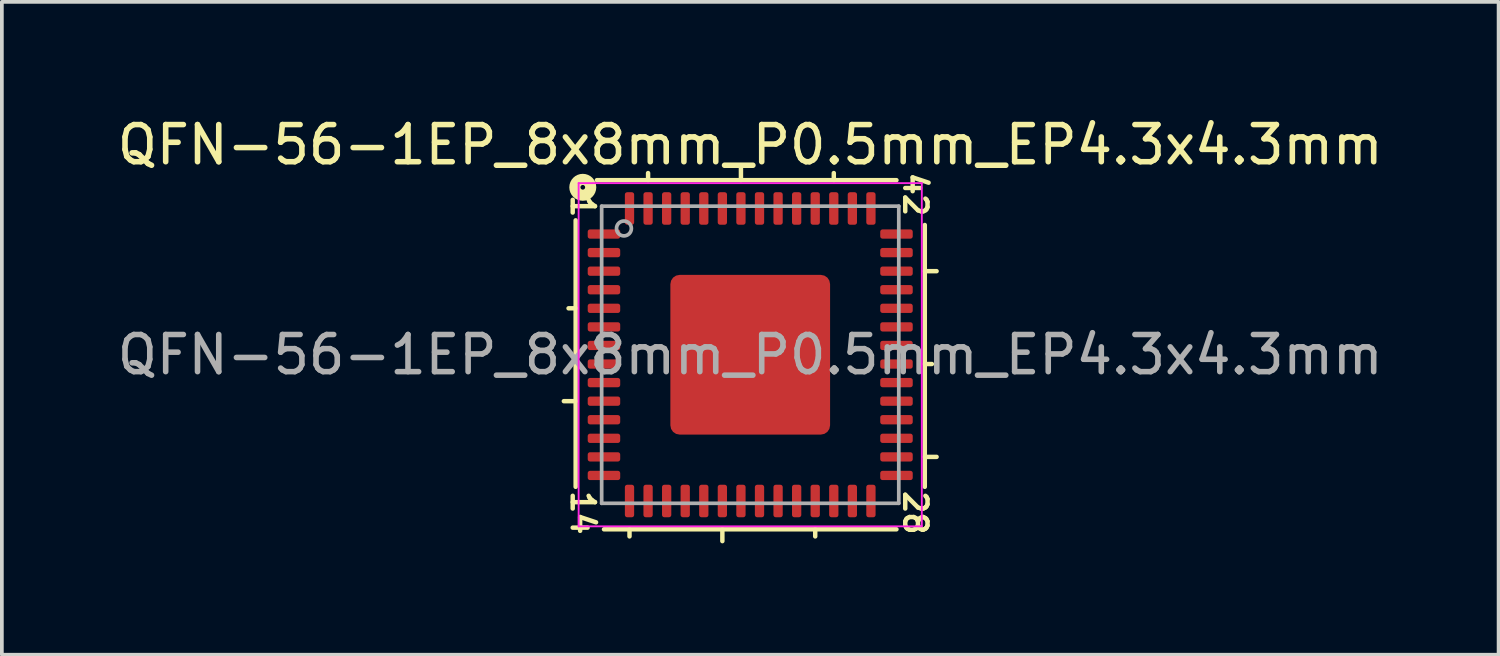
<source format=kicad_pcb>
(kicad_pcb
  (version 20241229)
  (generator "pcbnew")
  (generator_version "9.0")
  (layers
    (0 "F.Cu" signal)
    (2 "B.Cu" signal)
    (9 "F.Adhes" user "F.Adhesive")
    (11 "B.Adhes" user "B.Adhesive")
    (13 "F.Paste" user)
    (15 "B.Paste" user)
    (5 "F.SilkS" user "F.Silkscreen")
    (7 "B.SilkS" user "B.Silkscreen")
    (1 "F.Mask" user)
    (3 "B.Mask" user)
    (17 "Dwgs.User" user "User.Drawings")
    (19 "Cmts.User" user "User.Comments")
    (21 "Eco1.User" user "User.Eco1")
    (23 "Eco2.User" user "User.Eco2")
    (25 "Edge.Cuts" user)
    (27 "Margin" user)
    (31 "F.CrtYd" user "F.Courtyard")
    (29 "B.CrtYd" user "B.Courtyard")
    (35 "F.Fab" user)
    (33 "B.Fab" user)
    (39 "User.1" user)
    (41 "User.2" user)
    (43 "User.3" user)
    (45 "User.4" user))
  (footprint "QFN-56-1EP_8x8mm_P0.5mm_EP4.3x4.3mm"
    (layer "F.Cu")
    (at 17.149 6.501)
    (property "Reference" "QFN-56-1EP_8x8mm_P0.5mm_EP4.3x4.3mm" (at 0 -5.652 0) (layer "F.SilkS") (effects (font (size 1 1) (thickness 0.15))))
    (attr smd)
    (fp_line (start -4.7 -3.619) (end -4.7 3.556) (stroke (width 0.12) (type solid)) (layer "F.SilkS"))
    (fp_line (start -4.7 -1.25) (end -4.891 -1.25) (stroke (width 0.12) (type solid)) (layer "F.SilkS"))
    (fp_line (start -4.7 1.25) (end -5.018 1.25) (stroke (width 0.12) (type solid)) (layer "F.SilkS"))
    (fp_line (start -3.937 4.7) (end 3.937 4.7) (stroke (width 0.12) (type solid)) (layer "F.SilkS"))
    (fp_line (start -3.25 4.891) (end -3.25 4.7) (stroke (width 0.12) (type solid)) (layer "F.SilkS"))
    (fp_line (start -2.75 -4.7) (end -2.75 -4.891) (stroke (width 0.12) (type solid)) (layer "F.SilkS"))
    (fp_line (start -0.75 5.018) (end -0.75 4.7) (stroke (width 0.12) (type solid)) (layer "F.SilkS"))
    (fp_line (start -0.25 -4.7) (end -0.25 -5.018) (stroke (width 0.12) (type solid)) (layer "F.SilkS"))
    (fp_line (start 1.75 4.891) (end 1.75 4.7) (stroke (width 0.12) (type solid)) (layer "F.SilkS"))
    (fp_line (start 2.25 -4.7) (end 2.25 -4.891) (stroke (width 0.12) (type solid)) (layer "F.SilkS"))
    (fp_line (start 3.937 -4.7) (end -4.128 -4.7) (stroke (width 0.12) (type solid)) (layer "F.SilkS"))
    (fp_line (start 4.7 -2.25) (end 5.018 -2.25) (stroke (width 0.12) (type solid)) (layer "F.SilkS"))
    (fp_line (start 4.7 0.25) (end 4.891 0.25) (stroke (width 0.12) (type solid)) (layer "F.SilkS"))
    (fp_line (start 4.7 2.75) (end 5.018 2.75) (stroke (width 0.12) (type solid)) (layer "F.SilkS"))
    (fp_line (start 4.7 3.556) (end 4.7 -3.493) (stroke (width 0.12) (type solid)) (layer "F.SilkS"))
    (fp_circle (center -4.508 -4.508) (end -4.445 -4.508) (stroke (width 0.3) (type solid)) (fill no) (layer "F.SilkS"))
    (fp_line (start -4.62 -4.62) (end -4.62 4.62) (stroke (width 0.05) (type solid)) (layer "F.CrtYd"))
    (fp_line (start -4.62 4.62) (end 4.62 4.62) (stroke (width 0.05) (type solid)) (layer "F.CrtYd"))
    (fp_line (start 4.62 -4.62) (end -4.62 -4.62) (stroke (width 0.05) (type solid)) (layer "F.CrtYd"))
    (fp_line (start 4.62 4.62) (end 4.62 -4.62) (stroke (width 0.05) (type solid)) (layer "F.CrtYd"))
    (fp_line (start -4 -4) (end 4 -4) (stroke (width 0.1) (type solid)) (layer "F.Fab"))
    (fp_line (start -4 4) (end -4 -4) (stroke (width 0.1) (type solid)) (layer "F.Fab"))
    (fp_line (start 4 -4) (end 4 4) (stroke (width 0.1) (type solid)) (layer "F.Fab"))
    (fp_line (start 4 4) (end -4 4) (stroke (width 0.1) (type solid)) (layer "F.Fab"))
    (fp_circle (center -3.4 -3.4) (end -3.2 -3.4) (stroke (width 0.1) (type solid)) (fill no) (layer "F.Fab"))
    (fp_text user "1" (at -4.508 -4 270) (unlocked yes) (layer "F.SilkS") (effects (font (size 0.6 0.6) (thickness 0.12))))
    (fp_text user "28" (at 4.445 4.255 270) (unlocked yes) (layer "F.SilkS") (effects (font (size 0.6 0.6) (thickness 0.12))))
    (fp_text user "42" (at 4.445 -4.318 270) (unlocked yes) (layer "F.SilkS") (effects (font (size 0.6 0.6) (thickness 0.12))))
    (fp_text user "14" (at -4.508 4.255 270) (unlocked yes) (layer "F.SilkS") (effects (font (size 0.6 0.6) (thickness 0.12))))
    (fp_text user "${REFERENCE}" (at 0 0 0) (layer "F.Fab") (effects (font (size 1 1) (thickness 0.15))))
    (pad "" smd roundrect (at -1.62 -1.62) (size 0.87 0.87) (layers "F.Paste") (roundrect_rratio 0.25))
    (pad "" smd roundrect (at -1.62 -0.54) (size 0.87 0.87) (layers "F.Paste") (roundrect_rratio 0.25))
    (pad "" smd roundrect (at -1.62 0.54) (size 0.87 0.87) (layers "F.Paste") (roundrect_rratio 0.25))
    (pad "" smd roundrect (at -1.62 1.62) (size 0.87 0.87) (layers "F.Paste") (roundrect_rratio 0.25))
    (pad "" smd roundrect (at -0.54 -1.62) (size 0.87 0.87) (layers "F.Paste") (roundrect_rratio 0.25))
    (pad "" smd roundrect (at -0.54 -0.54) (size 0.87 0.87) (layers "F.Paste") (roundrect_rratio 0.25))
    (pad "" smd roundrect (at -0.54 0.54) (size 0.87 0.87) (layers "F.Paste") (roundrect_rratio 0.25))
    (pad "" smd roundrect (at -0.54 1.62) (size 0.87 0.87) (layers "F.Paste") (roundrect_rratio 0.25))
    (pad "" smd roundrect (at 0.54 -1.62) (size 0.87 0.87) (layers "F.Paste") (roundrect_rratio 0.25))
    (pad "" smd roundrect (at 0.54 -0.54) (size 0.87 0.87) (layers "F.Paste") (roundrect_rratio 0.25))
    (pad "" smd roundrect (at 0.54 0.54) (size 0.87 0.87) (layers "F.Paste") (roundrect_rratio 0.25))
    (pad "" smd roundrect (at 0.54 1.62) (size 0.87 0.87) (layers "F.Paste") (roundrect_rratio 0.25))
    (pad "" smd roundrect (at 1.62 -1.62) (size 0.87 0.87) (layers "F.Paste") (roundrect_rratio 0.25))
    (pad "" smd roundrect (at 1.62 -0.54) (size 0.87 0.87) (layers "F.Paste") (roundrect_rratio 0.25))
    (pad "" smd roundrect (at 1.62 0.54) (size 0.87 0.87) (layers "F.Paste") (roundrect_rratio 0.25))
    (pad "" smd roundrect (at 1.62 1.62) (size 0.87 0.87) (layers "F.Paste") (roundrect_rratio 0.25))
    (pad "1" smd roundrect (at -3.938 -3.25) (size 0.875 0.25) (layers "F.Cu" "F.Mask" "F.Paste") (roundrect_rratio 0.25))
    (pad "2" smd roundrect (at -3.938 -2.75) (size 0.875 0.25) (layers "F.Cu" "F.Mask" "F.Paste") (roundrect_rratio 0.25))
    (pad "3" smd roundrect (at -3.938 -2.25) (size 0.875 0.25) (layers "F.Cu" "F.Mask" "F.Paste") (roundrect_rratio 0.25))
    (pad "4" smd roundrect (at -3.938 -1.75) (size 0.875 0.25) (layers "F.Cu" "F.Mask" "F.Paste") (roundrect_rratio 0.25))
    (pad "5" smd roundrect (at -3.938 -1.25) (size 0.875 0.25) (layers "F.Cu" "F.Mask" "F.Paste") (roundrect_rratio 0.25))
    (pad "6" smd roundrect (at -3.938 -0.75) (size 0.875 0.25) (layers "F.Cu" "F.Mask" "F.Paste") (roundrect_rratio 0.25))
    (pad "7" smd roundrect (at -3.938 -0.25) (size 0.875 0.25) (layers "F.Cu" "F.Mask" "F.Paste") (roundrect_rratio 0.25))
    (pad "8" smd roundrect (at -3.938 0.25) (size 0.875 0.25) (layers "F.Cu" "F.Mask" "F.Paste") (roundrect_rratio 0.25))
    (pad "9" smd roundrect (at -3.938 0.75) (size 0.875 0.25) (layers "F.Cu" "F.Mask" "F.Paste") (roundrect_rratio 0.25))
    (pad "10" smd roundrect (at -3.938 1.25) (size 0.875 0.25) (layers "F.Cu" "F.Mask" "F.Paste") (roundrect_rratio 0.25))
    (pad "11" smd roundrect (at -3.938 1.75) (size 0.875 0.25) (layers "F.Cu" "F.Mask" "F.Paste") (roundrect_rratio 0.25))
    (pad "12" smd roundrect (at -3.938 2.25) (size 0.875 0.25) (layers "F.Cu" "F.Mask" "F.Paste") (roundrect_rratio 0.25))
    (pad "13" smd roundrect (at -3.938 2.75) (size 0.875 0.25) (layers "F.Cu" "F.Mask" "F.Paste") (roundrect_rratio 0.25))
    (pad "14" smd roundrect (at -3.938 3.25) (size 0.875 0.25) (layers "F.Cu" "F.Mask" "F.Paste") (roundrect_rratio 0.25))
    (pad "15" smd roundrect (at -3.25 3.938) (size 0.25 0.875) (layers "F.Cu" "F.Mask" "F.Paste") (roundrect_rratio 0.25))
    (pad "16" smd roundrect (at -2.75 3.938) (size 0.25 0.875) (layers "F.Cu" "F.Mask" "F.Paste") (roundrect_rratio 0.25))
    (pad "17" smd roundrect (at -2.25 3.938) (size 0.25 0.875) (layers "F.Cu" "F.Mask" "F.Paste") (roundrect_rratio 0.25))
    (pad "18" smd roundrect (at -1.75 3.938) (size 0.25 0.875) (layers "F.Cu" "F.Mask" "F.Paste") (roundrect_rratio 0.25))
    (pad "19" smd roundrect (at -1.25 3.938) (size 0.25 0.875) (layers "F.Cu" "F.Mask" "F.Paste") (roundrect_rratio 0.25))
    (pad "20" smd roundrect (at -0.75 3.938) (size 0.25 0.875) (layers "F.Cu" "F.Mask" "F.Paste") (roundrect_rratio 0.25))
    (pad "21" smd roundrect (at -0.25 3.938) (size 0.25 0.875) (layers "F.Cu" "F.Mask" "F.Paste") (roundrect_rratio 0.25))
    (pad "22" smd roundrect (at 0.25 3.938) (size 0.25 0.875) (layers "F.Cu" "F.Mask" "F.Paste") (roundrect_rratio 0.25))
    (pad "23" smd roundrect (at 0.75 3.938) (size 0.25 0.875) (layers "F.Cu" "F.Mask" "F.Paste") (roundrect_rratio 0.25))
    (pad "24" smd roundrect (at 1.25 3.938) (size 0.25 0.875) (layers "F.Cu" "F.Mask" "F.Paste") (roundrect_rratio 0.25))
    (pad "25" smd roundrect (at 1.75 3.938) (size 0.25 0.875) (layers "F.Cu" "F.Mask" "F.Paste") (roundrect_rratio 0.25))
    (pad "26" smd roundrect (at 2.25 3.938) (size 0.25 0.875) (layers "F.Cu" "F.Mask" "F.Paste") (roundrect_rratio 0.25))
    (pad "27" smd roundrect (at 2.75 3.938) (size 0.25 0.875) (layers "F.Cu" "F.Mask" "F.Paste") (roundrect_rratio 0.25))
    (pad "28" smd roundrect (at 3.25 3.938) (size 0.25 0.875) (layers "F.Cu" "F.Mask" "F.Paste") (roundrect_rratio 0.25))
    (pad "29" smd roundrect (at 3.938 3.25) (size 0.875 0.25) (layers "F.Cu" "F.Mask" "F.Paste") (roundrect_rratio 0.25))
    (pad "30" smd roundrect (at 3.938 2.75) (size 0.875 0.25) (layers "F.Cu" "F.Mask" "F.Paste") (roundrect_rratio 0.25))
    (pad "31" smd roundrect (at 3.938 2.25) (size 0.875 0.25) (layers "F.Cu" "F.Mask" "F.Paste") (roundrect_rratio 0.25))
    (pad "32" smd roundrect (at 3.938 1.75) (size 0.875 0.25) (layers "F.Cu" "F.Mask" "F.Paste") (roundrect_rratio 0.25))
    (pad "33" smd roundrect (at 3.938 1.25) (size 0.875 0.25) (layers "F.Cu" "F.Mask" "F.Paste") (roundrect_rratio 0.25))
    (pad "34" smd roundrect (at 3.938 0.75) (size 0.875 0.25) (layers "F.Cu" "F.Mask" "F.Paste") (roundrect_rratio 0.25))
    (pad "35" smd roundrect (at 3.938 0.25) (size 0.875 0.25) (layers "F.Cu" "F.Mask" "F.Paste") (roundrect_rratio 0.25))
    (pad "36" smd roundrect (at 3.938 -0.25) (size 0.875 0.25) (layers "F.Cu" "F.Mask" "F.Paste") (roundrect_rratio 0.25))
    (pad "37" smd roundrect (at 3.938 -0.75) (size 0.875 0.25) (layers "F.Cu" "F.Mask" "F.Paste") (roundrect_rratio 0.25))
    (pad "38" smd roundrect (at 3.938 -1.25) (size 0.875 0.25) (layers "F.Cu" "F.Mask" "F.Paste") (roundrect_rratio 0.25))
    (pad "39" smd roundrect (at 3.938 -1.75) (size 0.875 0.25) (layers "F.Cu" "F.Mask" "F.Paste") (roundrect_rratio 0.25))
    (pad "40" smd roundrect (at 3.938 -2.25) (size 0.875 0.25) (layers "F.Cu" "F.Mask" "F.Paste") (roundrect_rratio 0.25))
    (pad "41" smd roundrect (at 3.938 -2.75) (size 0.875 0.25) (layers "F.Cu" "F.Mask" "F.Paste") (roundrect_rratio 0.25))
    (pad "42" smd roundrect (at 3.938 -3.25) (size 0.875 0.25) (layers "F.Cu" "F.Mask" "F.Paste") (roundrect_rratio 0.25))
    (pad "43" smd roundrect (at 3.25 -3.938) (size 0.25 0.875) (layers "F.Cu" "F.Mask" "F.Paste") (roundrect_rratio 0.25))
    (pad "44" smd roundrect (at 2.75 -3.938) (size 0.25 0.875) (layers "F.Cu" "F.Mask" "F.Paste") (roundrect_rratio 0.25))
    (pad "45" smd roundrect (at 2.25 -3.938) (size 0.25 0.875) (layers "F.Cu" "F.Mask" "F.Paste") (roundrect_rratio 0.25))
    (pad "46" smd roundrect (at 1.75 -3.938) (size 0.25 0.875) (layers "F.Cu" "F.Mask" "F.Paste") (roundrect_rratio 0.25))
    (pad "47" smd roundrect (at 1.25 -3.938) (size 0.25 0.875) (layers "F.Cu" "F.Mask" "F.Paste") (roundrect_rratio 0.25))
    (pad "48" smd roundrect (at 0.75 -3.938) (size 0.25 0.875) (layers "F.Cu" "F.Mask" "F.Paste") (roundrect_rratio 0.25))
    (pad "49" smd roundrect (at 0.25 -3.938) (size 0.25 0.875) (layers "F.Cu" "F.Mask" "F.Paste") (roundrect_rratio 0.25))
    (pad "50" smd roundrect (at -0.25 -3.938) (size 0.25 0.875) (layers "F.Cu" "F.Mask" "F.Paste") (roundrect_rratio 0.25))
    (pad "51" smd roundrect (at -0.75 -3.938) (size 0.25 0.875) (layers "F.Cu" "F.Mask" "F.Paste") (roundrect_rratio 0.25))
    (pad "52" smd roundrect (at -1.25 -3.938) (size 0.25 0.875) (layers "F.Cu" "F.Mask" "F.Paste") (roundrect_rratio 0.25))
    (pad "53" smd roundrect (at -1.75 -3.938) (size 0.25 0.875) (layers "F.Cu" "F.Mask" "F.Paste") (roundrect_rratio 0.25))
    (pad "54" smd roundrect (at -2.25 -3.938) (size 0.25 0.875) (layers "F.Cu" "F.Mask" "F.Paste") (roundrect_rratio 0.25))
    (pad "55" smd roundrect (at -2.75 -3.938) (size 0.25 0.875) (layers "F.Cu" "F.Mask" "F.Paste") (roundrect_rratio 0.25))
    (pad "56" smd roundrect (at -3.25 -3.938) (size 0.25 0.875) (layers "F.Cu" "F.Mask" "F.Paste") (roundrect_rratio 0.25))
    (pad "57" smd roundrect (at 0 0) (size 4.3 4.3) (layers "F.Cu" "F.Mask") (roundrect_rratio 0.058)))
  (gr_rect
    (start -3 -3)
    (end 37.298 14.578)
    (stroke (width 0.1) (type default))
    (fill no)
    (layer "Edge.Cuts")))
</source>
